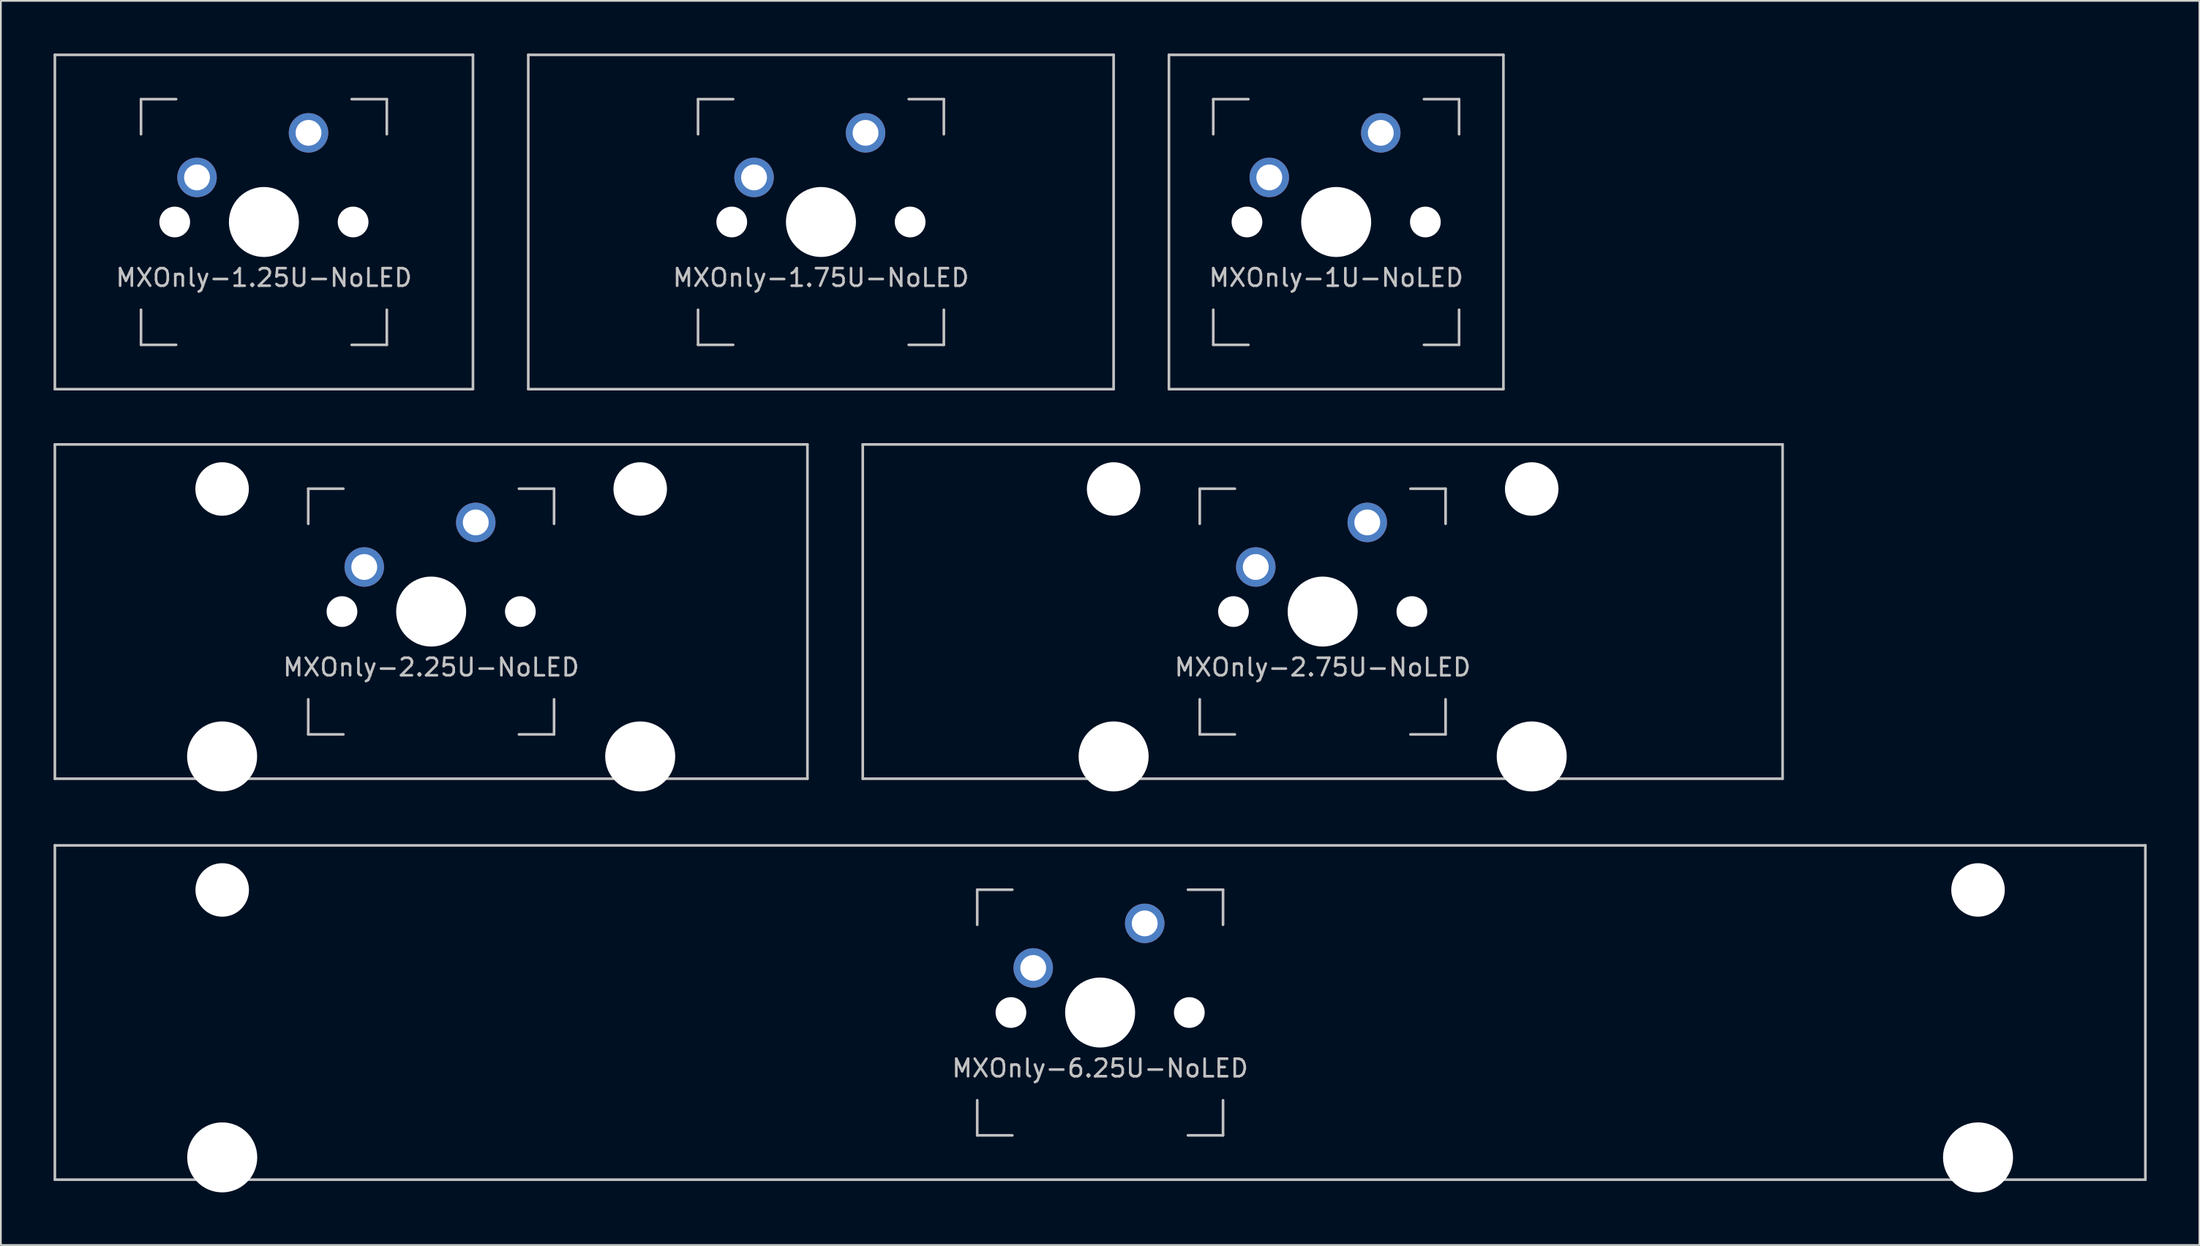
<source format=kicad_pcb>
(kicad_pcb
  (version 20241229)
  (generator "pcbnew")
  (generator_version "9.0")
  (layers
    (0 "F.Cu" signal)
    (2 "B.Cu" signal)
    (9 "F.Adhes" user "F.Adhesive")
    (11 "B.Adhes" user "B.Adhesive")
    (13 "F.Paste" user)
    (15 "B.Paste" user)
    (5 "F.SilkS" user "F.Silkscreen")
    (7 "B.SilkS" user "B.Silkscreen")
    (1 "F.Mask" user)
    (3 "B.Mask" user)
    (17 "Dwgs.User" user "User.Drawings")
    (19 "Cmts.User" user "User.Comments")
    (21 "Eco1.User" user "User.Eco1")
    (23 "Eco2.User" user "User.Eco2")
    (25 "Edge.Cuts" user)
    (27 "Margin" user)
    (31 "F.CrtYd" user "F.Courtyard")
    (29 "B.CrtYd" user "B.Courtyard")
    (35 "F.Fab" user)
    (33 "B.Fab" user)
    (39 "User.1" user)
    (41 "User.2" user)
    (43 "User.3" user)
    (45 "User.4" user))
  (footprint "MXOnly-1.25U-NoLED"
    (layer "F.Cu")
    (at 11.981 9.6)
    (property "Reference" "MXOnly-1.25U-NoLED" (at 0 3.175 0) (layer "Dwgs.User") (effects (font (size 1 1) (thickness 0.15))))
    (attr through_hole board_only exclude_from_bom)
    (fp_line (start -11.906 -9.525) (end 11.906 -9.525) (stroke (width 0.15) (type solid)) (layer "Dwgs.User"))
    (fp_line (start -11.906 9.525) (end -11.906 -9.525) (stroke (width 0.15) (type solid)) (layer "Dwgs.User"))
    (fp_line (start -11.906 9.525) (end 11.906 9.525) (stroke (width 0.15) (type solid)) (layer "Dwgs.User"))
    (fp_line (start -7 -7) (end -7 -5) (stroke (width 0.15) (type solid)) (layer "Dwgs.User"))
    (fp_line (start -7 5) (end -7 7) (stroke (width 0.15) (type solid)) (layer "Dwgs.User"))
    (fp_line (start -7 7) (end -5 7) (stroke (width 0.15) (type solid)) (layer "Dwgs.User"))
    (fp_line (start -5 -7) (end -7 -7) (stroke (width 0.15) (type solid)) (layer "Dwgs.User"))
    (fp_line (start 5 -7) (end 7 -7) (stroke (width 0.15) (type solid)) (layer "Dwgs.User"))
    (fp_line (start 5 7) (end 7 7) (stroke (width 0.15) (type solid)) (layer "Dwgs.User"))
    (fp_line (start 7 -7) (end 7 -5) (stroke (width 0.15) (type solid)) (layer "Dwgs.User"))
    (fp_line (start 7 7) (end 7 5) (stroke (width 0.15) (type solid)) (layer "Dwgs.User"))
    (fp_line (start 11.906 -9.525) (end 11.906 9.525) (stroke (width 0.15) (type solid)) (layer "Dwgs.User"))
    (pad "" np_thru_hole circle (at -5.08 0 48.1) (size 1.75 1.75) (drill 1.75) (layers "*.Cu" "*.Mask"))
    (pad "" np_thru_hole circle (at 0 0) (size 3.988 3.988) (drill 3.988) (layers "*.Cu" "*.Mask"))
    (pad "" np_thru_hole circle (at 5.08 0 48.1) (size 1.75 1.75) (drill 1.75) (layers "*.Cu" "*.Mask"))
    (pad "1" thru_hole circle (at -3.81 -2.54) (size 2.25 2.25) (drill 1.47) (layers "*.Cu" "B.Mask"))
    (pad "2" thru_hole circle (at 2.54 -5.08) (size 2.25 2.25) (drill 1.47) (layers "*.Cu" "B.Mask")))
  (footprint "MXOnly-6.25U-NoLED"
    (layer "F.Cu")
    (at 59.606 54.649)
    (property "Reference" "MXOnly-6.25U-NoLED" (at 0 3.175 0) (layer "Dwgs.User") (effects (font (size 1 1) (thickness 0.15))))
    (attr through_hole board_only exclude_from_bom)
    (fp_line (start -59.531 -9.525) (end 59.531 -9.525) (stroke (width 0.15) (type solid)) (layer "Dwgs.User"))
    (fp_line (start -59.531 9.525) (end -59.531 -9.525) (stroke (width 0.15) (type solid)) (layer "Dwgs.User"))
    (fp_line (start -59.531 9.525) (end 59.531 9.525) (stroke (width 0.15) (type solid)) (layer "Dwgs.User"))
    (fp_line (start -7 -7) (end -7 -5) (stroke (width 0.15) (type solid)) (layer "Dwgs.User"))
    (fp_line (start -7 5) (end -7 7) (stroke (width 0.15) (type solid)) (layer "Dwgs.User"))
    (fp_line (start -7 7) (end -5 7) (stroke (width 0.15) (type solid)) (layer "Dwgs.User"))
    (fp_line (start -5 -7) (end -7 -7) (stroke (width 0.15) (type solid)) (layer "Dwgs.User"))
    (fp_line (start 5 -7) (end 7 -7) (stroke (width 0.15) (type solid)) (layer "Dwgs.User"))
    (fp_line (start 5 7) (end 7 7) (stroke (width 0.15) (type solid)) (layer "Dwgs.User"))
    (fp_line (start 7 -7) (end 7 -5) (stroke (width 0.15) (type solid)) (layer "Dwgs.User"))
    (fp_line (start 7 7) (end 7 5) (stroke (width 0.15) (type solid)) (layer "Dwgs.User"))
    (fp_line (start 59.531 -9.525) (end 59.531 9.525) (stroke (width 0.15) (type solid)) (layer "Dwgs.User"))
    (pad "" np_thru_hole circle (at -50 -6.985) (size 3.048 3.048) (drill 3.048) (layers "*.Cu" "*.Mask"))
    (pad "" np_thru_hole circle (at -50 8.255) (size 3.988 3.988) (drill 3.988) (layers "*.Cu" "*.Mask"))
    (pad "" np_thru_hole circle (at -5.08 0 48.1) (size 1.75 1.75) (drill 1.75) (layers "*.Cu" "*.Mask"))
    (pad "" np_thru_hole circle (at 0 0) (size 3.988 3.988) (drill 3.988) (layers "*.Cu" "*.Mask"))
    (pad "" np_thru_hole circle (at 5.08 0 48.1) (size 1.75 1.75) (drill 1.75) (layers "*.Cu" "*.Mask"))
    (pad "" np_thru_hole circle (at 50 -6.985) (size 3.048 3.048) (drill 3.048) (layers "*.Cu" "*.Mask"))
    (pad "" np_thru_hole circle (at 50 8.255) (size 3.988 3.988) (drill 3.988) (layers "*.Cu" "*.Mask"))
    (pad "1" thru_hole circle (at -3.81 -2.54) (size 2.25 2.25) (drill 1.47) (layers "*.Cu" "B.Mask"))
    (pad "2" thru_hole circle (at 2.54 -5.08) (size 2.25 2.25) (drill 1.47) (layers "*.Cu" "B.Mask")))
  (footprint "MXOnly-2.75U-NoLED"
    (layer "F.Cu")
    (at 72.281 31.8)
    (property "Reference" "MXOnly-2.75U-NoLED" (at 0 3.175 0) (layer "Dwgs.User") (effects (font (size 1 1) (thickness 0.15))))
    (attr through_hole board_only exclude_from_bom)
    (fp_line (start -26.194 -9.525) (end 26.194 -9.525) (stroke (width 0.15) (type solid)) (layer "Dwgs.User"))
    (fp_line (start -26.194 9.525) (end -26.194 -9.525) (stroke (width 0.15) (type solid)) (layer "Dwgs.User"))
    (fp_line (start -26.194 9.525) (end 26.194 9.525) (stroke (width 0.15) (type solid)) (layer "Dwgs.User"))
    (fp_line (start -7 -7) (end -7 -5) (stroke (width 0.15) (type solid)) (layer "Dwgs.User"))
    (fp_line (start -7 5) (end -7 7) (stroke (width 0.15) (type solid)) (layer "Dwgs.User"))
    (fp_line (start -7 7) (end -5 7) (stroke (width 0.15) (type solid)) (layer "Dwgs.User"))
    (fp_line (start -5 -7) (end -7 -7) (stroke (width 0.15) (type solid)) (layer "Dwgs.User"))
    (fp_line (start 5 -7) (end 7 -7) (stroke (width 0.15) (type solid)) (layer "Dwgs.User"))
    (fp_line (start 5 7) (end 7 7) (stroke (width 0.15) (type solid)) (layer "Dwgs.User"))
    (fp_line (start 7 -7) (end 7 -5) (stroke (width 0.15) (type solid)) (layer "Dwgs.User"))
    (fp_line (start 7 7) (end 7 5) (stroke (width 0.15) (type solid)) (layer "Dwgs.User"))
    (fp_line (start 26.194 -9.525) (end 26.194 9.525) (stroke (width 0.15) (type solid)) (layer "Dwgs.User"))
    (pad "" np_thru_hole circle (at -11.906 -6.985) (size 3.048 3.048) (drill 3.048) (layers "*.Cu" "*.Mask"))
    (pad "" np_thru_hole circle (at -11.906 8.255) (size 3.988 3.988) (drill 3.988) (layers "*.Cu" "*.Mask"))
    (pad "" np_thru_hole circle (at -5.08 0 48.1) (size 1.75 1.75) (drill 1.75) (layers "*.Cu" "*.Mask"))
    (pad "" np_thru_hole circle (at 0 0) (size 3.988 3.988) (drill 3.988) (layers "*.Cu" "*.Mask"))
    (pad "" np_thru_hole circle (at 5.08 0 48.1) (size 1.75 1.75) (drill 1.75) (layers "*.Cu" "*.Mask"))
    (pad "" np_thru_hole circle (at 11.906 -6.985) (size 3.048 3.048) (drill 3.048) (layers "*.Cu" "*.Mask"))
    (pad "" np_thru_hole circle (at 11.906 8.255) (size 3.988 3.988) (drill 3.988) (layers "*.Cu" "*.Mask"))
    (pad "1" thru_hole circle (at -3.81 -2.54) (size 2.25 2.25) (drill 1.47) (layers "*.Cu" "B.Mask"))
    (pad "2" thru_hole circle (at 2.54 -5.08) (size 2.25 2.25) (drill 1.47) (layers "*.Cu" "B.Mask")))
  (footprint "MXOnly-2.25U-NoLED"
    (layer "F.Cu")
    (at 21.506 31.8)
    (property "Reference" "MXOnly-2.25U-NoLED" (at 0 3.175 0) (layer "Dwgs.User") (effects (font (size 1 1) (thickness 0.15))))
    (attr through_hole board_only exclude_from_bom)
    (fp_line (start -21.431 -9.525) (end 21.431 -9.525) (stroke (width 0.15) (type solid)) (layer "Dwgs.User"))
    (fp_line (start -21.431 9.525) (end -21.431 -9.525) (stroke (width 0.15) (type solid)) (layer "Dwgs.User"))
    (fp_line (start -21.431 9.525) (end 21.431 9.525) (stroke (width 0.15) (type solid)) (layer "Dwgs.User"))
    (fp_line (start -7 -7) (end -7 -5) (stroke (width 0.15) (type solid)) (layer "Dwgs.User"))
    (fp_line (start -7 5) (end -7 7) (stroke (width 0.15) (type solid)) (layer "Dwgs.User"))
    (fp_line (start -7 7) (end -5 7) (stroke (width 0.15) (type solid)) (layer "Dwgs.User"))
    (fp_line (start -5 -7) (end -7 -7) (stroke (width 0.15) (type solid)) (layer "Dwgs.User"))
    (fp_line (start 5 -7) (end 7 -7) (stroke (width 0.15) (type solid)) (layer "Dwgs.User"))
    (fp_line (start 5 7) (end 7 7) (stroke (width 0.15) (type solid)) (layer "Dwgs.User"))
    (fp_line (start 7 -7) (end 7 -5) (stroke (width 0.15) (type solid)) (layer "Dwgs.User"))
    (fp_line (start 7 7) (end 7 5) (stroke (width 0.15) (type solid)) (layer "Dwgs.User"))
    (fp_line (start 21.431 -9.525) (end 21.431 9.525) (stroke (width 0.15) (type solid)) (layer "Dwgs.User"))
    (pad "" np_thru_hole circle (at -11.906 -6.985) (size 3.048 3.048) (drill 3.048) (layers "*.Cu" "*.Mask"))
    (pad "" np_thru_hole circle (at -11.906 8.255) (size 3.988 3.988) (drill 3.988) (layers "*.Cu" "*.Mask"))
    (pad "" np_thru_hole circle (at -5.08 0 48.1) (size 1.75 1.75) (drill 1.75) (layers "*.Cu" "*.Mask"))
    (pad "" np_thru_hole circle (at 0 0) (size 3.988 3.988) (drill 3.988) (layers "*.Cu" "*.Mask"))
    (pad "" np_thru_hole circle (at 5.08 0 48.1) (size 1.75 1.75) (drill 1.75) (layers "*.Cu" "*.Mask"))
    (pad "" np_thru_hole circle (at 11.906 -6.985) (size 3.048 3.048) (drill 3.048) (layers "*.Cu" "*.Mask"))
    (pad "" np_thru_hole circle (at 11.906 8.255) (size 3.988 3.988) (drill 3.988) (layers "*.Cu" "*.Mask"))
    (pad "1" thru_hole circle (at -3.81 -2.54) (size 2.25 2.25) (drill 1.47) (layers "*.Cu" "*.Mask"))
    (pad "2" thru_hole circle (at 2.54 -5.08) (size 2.25 2.25) (drill 1.47) (layers "*.Cu" "*.Mask")))
  (footprint "MXOnly-1.75U-NoLED"
    (layer "F.Cu")
    (at 43.706 9.6)
    (property "Reference" "MXOnly-1.75U-NoLED" (at 0 3.175 0) (layer "Dwgs.User") (effects (font (size 1 1) (thickness 0.15))))
    (attr through_hole)
    (fp_line (start -16.669 -9.525) (end 16.669 -9.525) (stroke (width 0.15) (type solid)) (layer "Dwgs.User"))
    (fp_line (start -16.669 9.525) (end -16.669 -9.525) (stroke (width 0.15) (type solid)) (layer "Dwgs.User"))
    (fp_line (start -16.669 9.525) (end 16.669 9.525) (stroke (width 0.15) (type solid)) (layer "Dwgs.User"))
    (fp_line (start -7 -7) (end -7 -5) (stroke (width 0.15) (type solid)) (layer "Dwgs.User"))
    (fp_line (start -7 5) (end -7 7) (stroke (width 0.15) (type solid)) (layer "Dwgs.User"))
    (fp_line (start -7 7) (end -5 7) (stroke (width 0.15) (type solid)) (layer "Dwgs.User"))
    (fp_line (start -5 -7) (end -7 -7) (stroke (width 0.15) (type solid)) (layer "Dwgs.User"))
    (fp_line (start 5 -7) (end 7 -7) (stroke (width 0.15) (type solid)) (layer "Dwgs.User"))
    (fp_line (start 5 7) (end 7 7) (stroke (width 0.15) (type solid)) (layer "Dwgs.User"))
    (fp_line (start 7 -7) (end 7 -5) (stroke (width 0.15) (type solid)) (layer "Dwgs.User"))
    (fp_line (start 7 7) (end 7 5) (stroke (width 0.15) (type solid)) (layer "Dwgs.User"))
    (fp_line (start 16.669 -9.525) (end 16.669 9.525) (stroke (width 0.15) (type solid)) (layer "Dwgs.User"))
    (pad "" np_thru_hole circle (at -5.08 0 48.1) (size 1.75 1.75) (drill 1.75) (layers "*.Cu" "*.Mask"))
    (pad "" np_thru_hole circle (at 0 0) (size 3.988 3.988) (drill 3.988) (layers "*.Cu" "*.Mask"))
    (pad "" np_thru_hole circle (at 5.08 0 48.1) (size 1.75 1.75) (drill 1.75) (layers "*.Cu" "*.Mask"))
    (pad "1" thru_hole circle (at -3.81 -2.54) (size 2.25 2.25) (drill 1.47) (layers "*.Cu" "B.Mask"))
    (pad "2" thru_hole circle (at 2.54 -5.08) (size 2.25 2.25) (drill 1.47) (layers "*.Cu" "B.Mask")))
  (footprint "MXOnly-1U-NoLED"
    (layer "F.Cu")
    (at 73.05 9.6)
    (property "Reference" "MXOnly-1U-NoLED" (at 0 3.175 0) (layer "Dwgs.User") (effects (font (size 1 1) (thickness 0.15))))
    (attr through_hole)
    (fp_line (start -9.525 -9.525) (end 9.525 -9.525) (stroke (width 0.15) (type solid)) (layer "Dwgs.User"))
    (fp_line (start -9.525 9.525) (end -9.525 -9.525) (stroke (width 0.15) (type solid)) (layer "Dwgs.User"))
    (fp_line (start -7 -7) (end -7 -5) (stroke (width 0.15) (type solid)) (layer "Dwgs.User"))
    (fp_line (start -7 5) (end -7 7) (stroke (width 0.15) (type solid)) (layer "Dwgs.User"))
    (fp_line (start -7 7) (end -5 7) (stroke (width 0.15) (type solid)) (layer "Dwgs.User"))
    (fp_line (start -5 -7) (end -7 -7) (stroke (width 0.15) (type solid)) (layer "Dwgs.User"))
    (fp_line (start 5 -7) (end 7 -7) (stroke (width 0.15) (type solid)) (layer "Dwgs.User"))
    (fp_line (start 5 7) (end 7 7) (stroke (width 0.15) (type solid)) (layer "Dwgs.User"))
    (fp_line (start 7 -7) (end 7 -5) (stroke (width 0.15) (type solid)) (layer "Dwgs.User"))
    (fp_line (start 7 7) (end 7 5) (stroke (width 0.15) (type solid)) (layer "Dwgs.User"))
    (fp_line (start 9.525 -9.525) (end 9.525 9.525) (stroke (width 0.15) (type solid)) (layer "Dwgs.User"))
    (fp_line (start 9.525 9.525) (end -9.525 9.525) (stroke (width 0.15) (type solid)) (layer "Dwgs.User"))
    (pad "" np_thru_hole circle (at -5.08 0 48.1) (size 1.75 1.75) (drill 1.75) (layers "*.Cu" "*.Mask"))
    (pad "" np_thru_hole circle (at 0 0) (size 3.988 3.988) (drill 3.988) (layers "*.Cu" "*.Mask"))
    (pad "" np_thru_hole circle (at 5.08 0 48.1) (size 1.75 1.75) (drill 1.75) (layers "*.Cu" "*.Mask"))
    (pad "1" thru_hole circle (at -3.81 -2.54) (size 2.25 2.25) (drill 1.47) (layers "*.Cu" "B.Mask"))
    (pad "2" thru_hole circle (at 2.54 -5.08) (size 2.25 2.25) (drill 1.47) (layers "*.Cu" "B.Mask")))
  (gr_rect
    (start -3 -3)
    (end 122.213 67.898)
    (stroke (width 0.1) (type default))
    (fill no)
    (layer "Edge.Cuts")))
</source>
